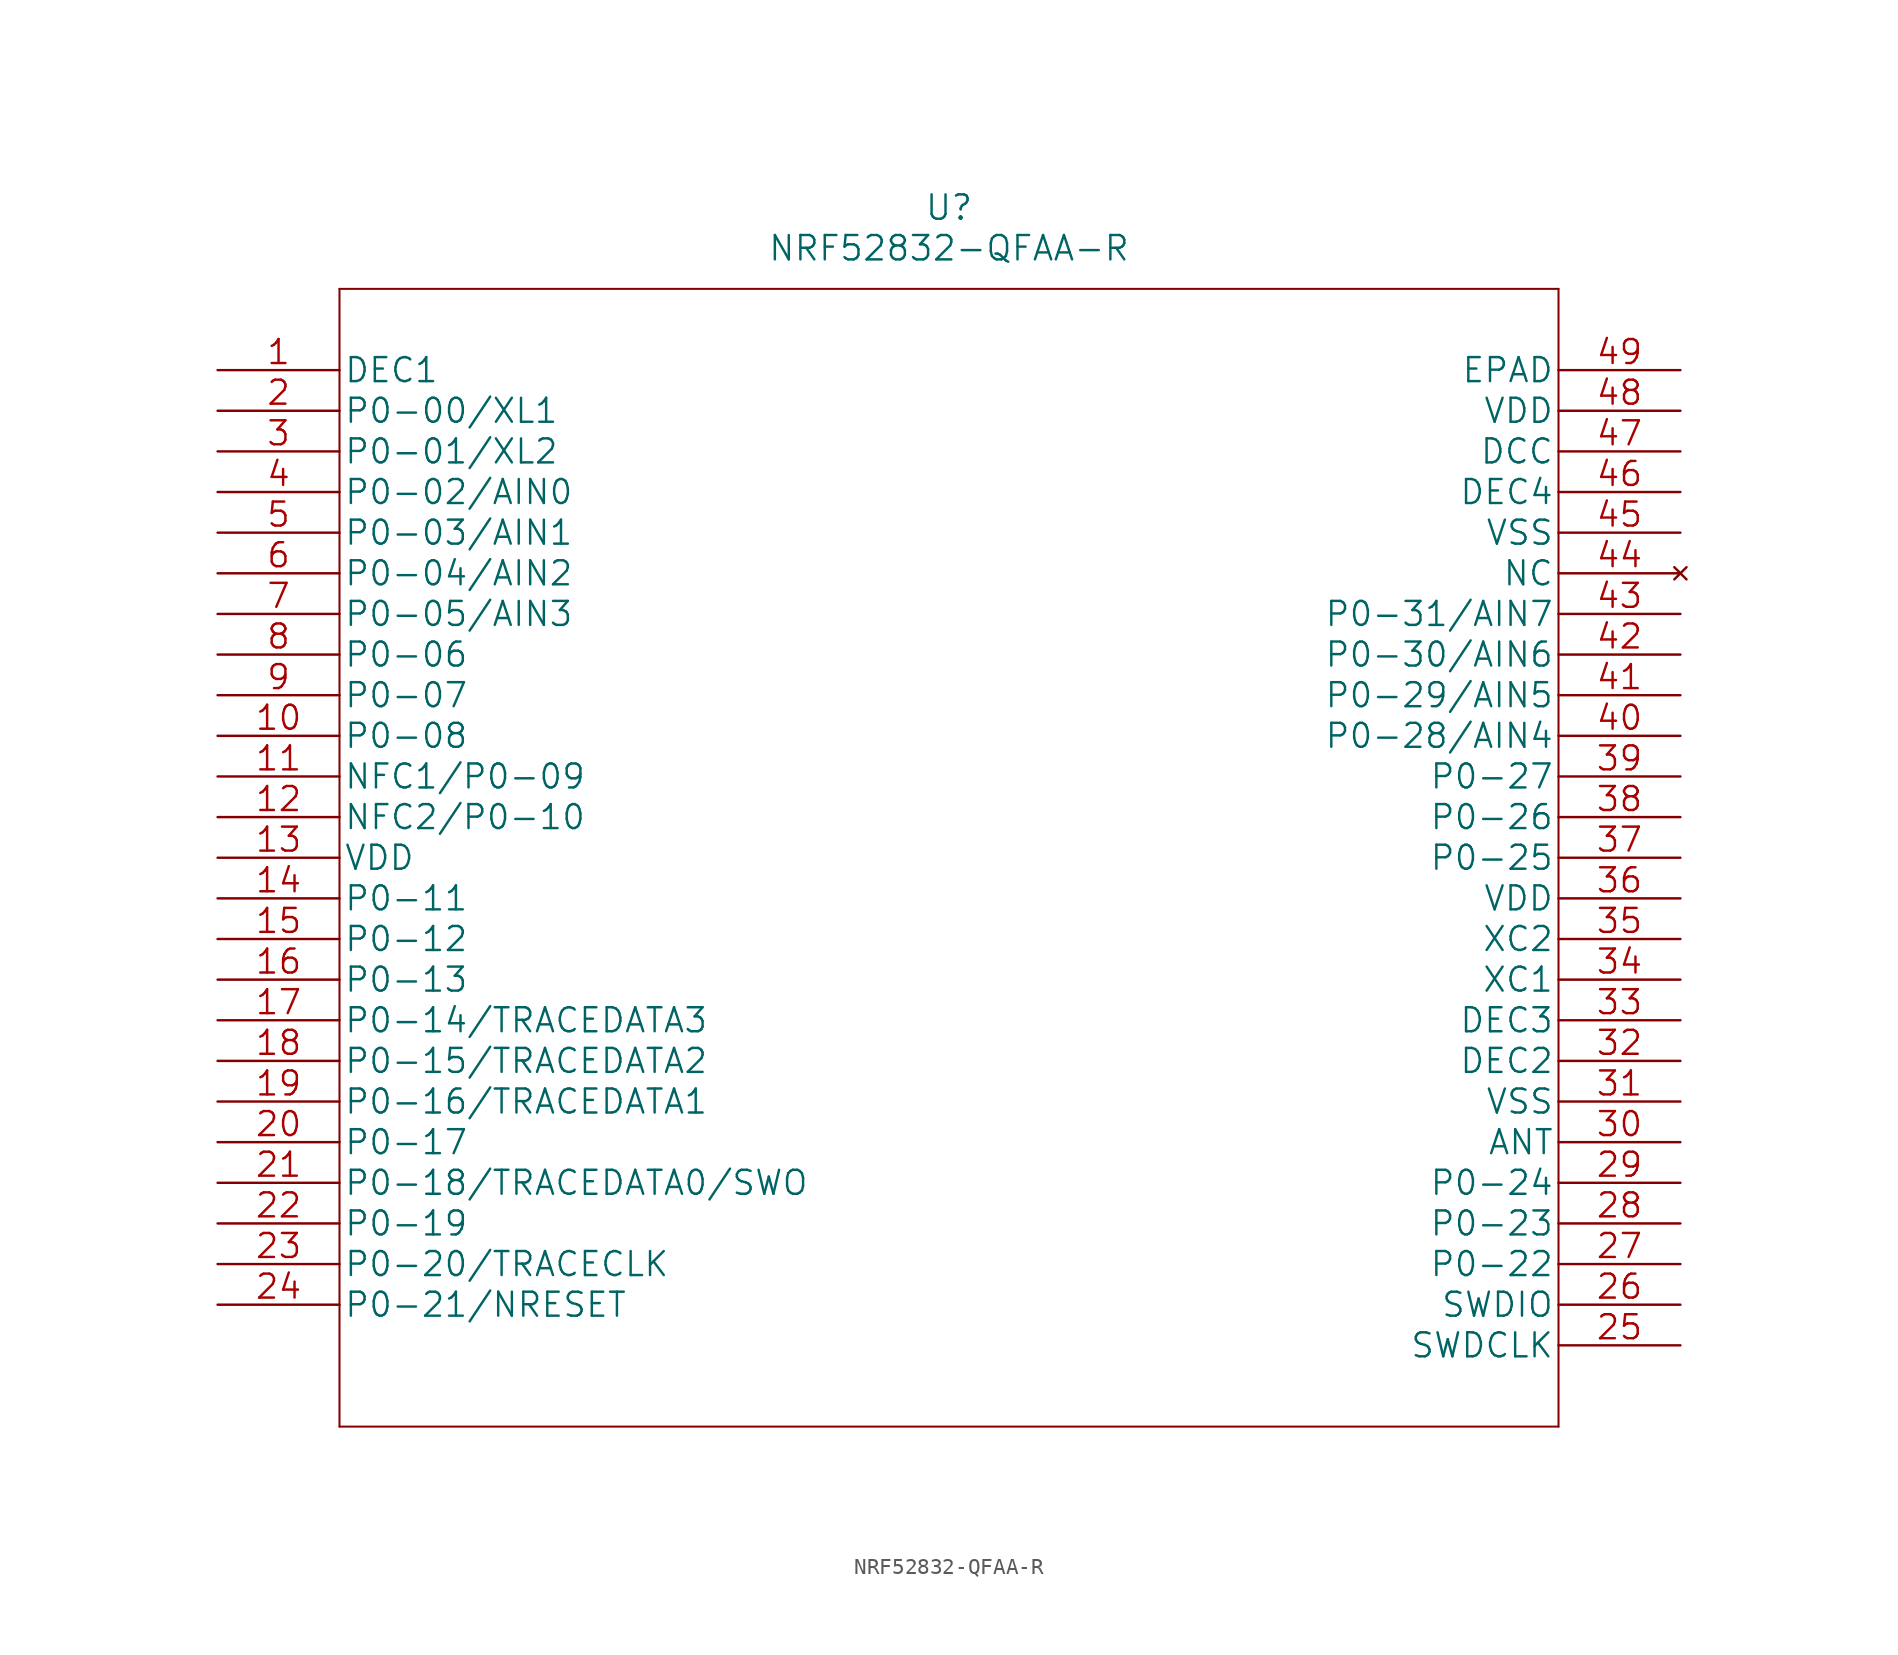
<source format=kicad_sym>
(kicad_symbol_lib
  (version 20220914)
  (generator kicad_symbol_editor)
  (symbol "NRF52832-QFAA-R"
    (pin_names
      (offset 0.254))
    (property "Reference" "U"
      (at 45.72 10.16 0)
      (effects (font (size 1.524 1.524))))
    (property "Value" "NRF52832-QFAA-R"
      (at 45.72 7.62 0)
      (effects (font (size 1.524 1.524))))
    (property "Datasheet" ""
      (at 0 0 0)
      (effects (font (size 1.524 1.524))))
    (property "ki_locked" ""
      (at 0 0 0)
      (effects (font (size 1.27 1.27))))
    (symbol "NRF52832-QFAA-R_1_1"
      (polyline (pts (xy 7.62 -66.04) (xy 83.82 -66.04)) (stroke (width 0.127) (type solid)) (fill (type none)))
      (polyline (pts (xy 7.62 5.08) (xy 7.62 -66.04)) (stroke (width 0.127) (type solid)) (fill (type none)))
      (polyline (pts (xy 83.82 -66.04) (xy 83.82 5.08)) (stroke (width 0.127) (type solid)) (fill (type none)))
      (polyline (pts (xy 83.82 5.08) (xy 7.62 5.08)) (stroke (width 0.127) (type solid)) (fill (type none)))
      (pin power_in line (at 0 0 0) (length 7.62) (name "DEC1" (effects (font (size 1.499 1.499)))) (number "1" (effects (font (size 1.499 1.499)))))
      (pin bidirectional line (at 0 -22.86 0) (length 7.62) (name "P0-08" (effects (font (size 1.499 1.499)))) (number "10" (effects (font (size 1.499 1.499)))))
      (pin bidirectional line (at 0 -25.4 0) (length 7.62) (name "NFC1/P0-09" (effects (font (size 1.499 1.499)))) (number "11" (effects (font (size 1.499 1.499)))))
      (pin bidirectional line (at 0 -27.94 0) (length 7.62) (name "NFC2/P0-10" (effects (font (size 1.499 1.499)))) (number "12" (effects (font (size 1.499 1.499)))))
      (pin power_in line (at 0 -30.48 0) (length 7.62) (name "VDD" (effects (font (size 1.499 1.499)))) (number "13" (effects (font (size 1.499 1.499)))))
      (pin bidirectional line (at 0 -33.02 0) (length 7.62) (name "P0-11" (effects (font (size 1.499 1.499)))) (number "14" (effects (font (size 1.499 1.499)))))
      (pin bidirectional line (at 0 -35.56 0) (length 7.62) (name "P0-12" (effects (font (size 1.499 1.499)))) (number "15" (effects (font (size 1.499 1.499)))))
      (pin bidirectional line (at 0 -38.1 0) (length 7.62) (name "P0-13" (effects (font (size 1.499 1.499)))) (number "16" (effects (font (size 1.499 1.499)))))
      (pin bidirectional line (at 0 -40.64 0) (length 7.62) (name "P0-14/TRACEDATA3" (effects (font (size 1.499 1.499)))) (number "17" (effects (font (size 1.499 1.499)))))
      (pin bidirectional line (at 0 -43.18 0) (length 7.62) (name "P0-15/TRACEDATA2" (effects (font (size 1.499 1.499)))) (number "18" (effects (font (size 1.499 1.499)))))
      (pin bidirectional line (at 0 -45.72 0) (length 7.62) (name "P0-16/TRACEDATA1" (effects (font (size 1.499 1.499)))) (number "19" (effects (font (size 1.499 1.499)))))
      (pin bidirectional line (at 0 -2.54 0) (length 7.62) (name "P0-00/XL1" (effects (font (size 1.499 1.499)))) (number "2" (effects (font (size 1.499 1.499)))))
      (pin bidirectional line (at 0 -48.26 0) (length 7.62) (name "P0-17" (effects (font (size 1.499 1.499)))) (number "20" (effects (font (size 1.499 1.499)))))
      (pin bidirectional line (at 0 -50.8 0) (length 7.62) (name "P0-18/TRACEDATA0/SWO" (effects (font (size 1.499 1.499)))) (number "21" (effects (font (size 1.499 1.499)))))
      (pin bidirectional line (at 0 -53.34 0) (length 7.62) (name "P0-19" (effects (font (size 1.499 1.499)))) (number "22" (effects (font (size 1.499 1.499)))))
      (pin bidirectional line (at 0 -55.88 0) (length 7.62) (name "P0-20/TRACECLK" (effects (font (size 1.499 1.499)))) (number "23" (effects (font (size 1.499 1.499)))))
      (pin bidirectional line (at 0 -58.42 0) (length 7.62) (name "P0-21/NRESET" (effects (font (size 1.499 1.499)))) (number "24" (effects (font (size 1.499 1.499)))))
      (pin input line (at 91.44 -60.96 180) (length 7.62) (name "SWDCLK" (effects (font (size 1.499 1.499)))) (number "25" (effects (font (size 1.499 1.499)))))
      (pin bidirectional line (at 91.44 -58.42 180) (length 7.62) (name "SWDIO" (effects (font (size 1.499 1.499)))) (number "26" (effects (font (size 1.499 1.499)))))
      (pin bidirectional line (at 91.44 -55.88 180) (length 7.62) (name "P0-22" (effects (font (size 1.499 1.499)))) (number "27" (effects (font (size 1.499 1.499)))))
      (pin bidirectional line (at 91.44 -53.34 180) (length 7.62) (name "P0-23" (effects (font (size 1.499 1.499)))) (number "28" (effects (font (size 1.499 1.499)))))
      (pin bidirectional line (at 91.44 -50.8 180) (length 7.62) (name "P0-24" (effects (font (size 1.499 1.499)))) (number "29" (effects (font (size 1.499 1.499)))))
      (pin bidirectional line (at 0 -5.08 0) (length 7.62) (name "P0-01/XL2" (effects (font (size 1.499 1.499)))) (number "3" (effects (font (size 1.499 1.499)))))
      (pin unspecified line (at 91.44 -48.26 180) (length 7.62) (name "ANT" (effects (font (size 1.499 1.499)))) (number "30" (effects (font (size 1.499 1.499)))))
      (pin power_in line (at 91.44 -45.72 180) (length 7.62) (name "VSS" (effects (font (size 1.499 1.499)))) (number "31" (effects (font (size 1.499 1.499)))))
      (pin power_in line (at 91.44 -43.18 180) (length 7.62) (name "DEC2" (effects (font (size 1.499 1.499)))) (number "32" (effects (font (size 1.499 1.499)))))
      (pin power_in line (at 91.44 -40.64 180) (length 7.62) (name "DEC3" (effects (font (size 1.499 1.499)))) (number "33" (effects (font (size 1.499 1.499)))))
      (pin input line (at 91.44 -38.1 180) (length 7.62) (name "XC1" (effects (font (size 1.499 1.499)))) (number "34" (effects (font (size 1.499 1.499)))))
      (pin input line (at 91.44 -35.56 180) (length 7.62) (name "XC2" (effects (font (size 1.499 1.499)))) (number "35" (effects (font (size 1.499 1.499)))))
      (pin power_in line (at 91.44 -33.02 180) (length 7.62) (name "VDD" (effects (font (size 1.499 1.499)))) (number "36" (effects (font (size 1.499 1.499)))))
      (pin bidirectional line (at 91.44 -30.48 180) (length 7.62) (name "P0-25" (effects (font (size 1.499 1.499)))) (number "37" (effects (font (size 1.499 1.499)))))
      (pin bidirectional line (at 91.44 -27.94 180) (length 7.62) (name "P0-26" (effects (font (size 1.499 1.499)))) (number "38" (effects (font (size 1.499 1.499)))))
      (pin bidirectional line (at 91.44 -25.4 180) (length 7.62) (name "P0-27" (effects (font (size 1.499 1.499)))) (number "39" (effects (font (size 1.499 1.499)))))
      (pin bidirectional line (at 0 -7.62 0) (length 7.62) (name "P0-02/AIN0" (effects (font (size 1.499 1.499)))) (number "4" (effects (font (size 1.499 1.499)))))
      (pin bidirectional line (at 91.44 -22.86 180) (length 7.62) (name "P0-28/AIN4" (effects (font (size 1.499 1.499)))) (number "40" (effects (font (size 1.499 1.499)))))
      (pin bidirectional line (at 91.44 -20.32 180) (length 7.62) (name "P0-29/AIN5" (effects (font (size 1.499 1.499)))) (number "41" (effects (font (size 1.499 1.499)))))
      (pin bidirectional line (at 91.44 -17.78 180) (length 7.62) (name "P0-30/AIN6" (effects (font (size 1.499 1.499)))) (number "42" (effects (font (size 1.499 1.499)))))
      (pin bidirectional line (at 91.44 -15.24 180) (length 7.62) (name "P0-31/AIN7" (effects (font (size 1.499 1.499)))) (number "43" (effects (font (size 1.499 1.499)))))
      (pin no_connect line (at 91.44 -12.7 180) (length 7.62) (name "NC" (effects (font (size 1.499 1.499)))) (number "44" (effects (font (size 1.499 1.499)))))
      (pin power_in line (at 91.44 -10.16 180) (length 7.62) (name "VSS" (effects (font (size 1.499 1.499)))) (number "45" (effects (font (size 1.499 1.499)))))
      (pin power_in line (at 91.44 -7.62 180) (length 7.62) (name "DEC4" (effects (font (size 1.499 1.499)))) (number "46" (effects (font (size 1.499 1.499)))))
      (pin power_in line (at 91.44 -5.08 180) (length 7.62) (name "DCC" (effects (font (size 1.499 1.499)))) (number "47" (effects (font (size 1.499 1.499)))))
      (pin power_in line (at 91.44 -2.54 180) (length 7.62) (name "VDD" (effects (font (size 1.499 1.499)))) (number "48" (effects (font (size 1.499 1.499)))))
      (pin unspecified line (at 91.44 0 180) (length 7.62) (name "EPAD" (effects (font (size 1.499 1.499)))) (number "49" (effects (font (size 1.499 1.499)))))
      (pin bidirectional line (at 0 -10.16 0) (length 7.62) (name "P0-03/AIN1" (effects (font (size 1.499 1.499)))) (number "5" (effects (font (size 1.499 1.499)))))
      (pin bidirectional line (at 0 -12.7 0) (length 7.62) (name "P0-04/AIN2" (effects (font (size 1.499 1.499)))) (number "6" (effects (font (size 1.499 1.499)))))
      (pin bidirectional line (at 0 -15.24 0) (length 7.62) (name "P0-05/AIN3" (effects (font (size 1.499 1.499)))) (number "7" (effects (font (size 1.499 1.499)))))
      (pin bidirectional line (at 0 -17.78 0) (length 7.62) (name "P0-06" (effects (font (size 1.499 1.499)))) (number "8" (effects (font (size 1.499 1.499)))))
      (pin bidirectional line (at 0 -20.32 0) (length 7.62) (name "P0-07" (effects (font (size 1.499 1.499)))) (number "9" (effects (font (size 1.499 1.499))))))))
</source>
